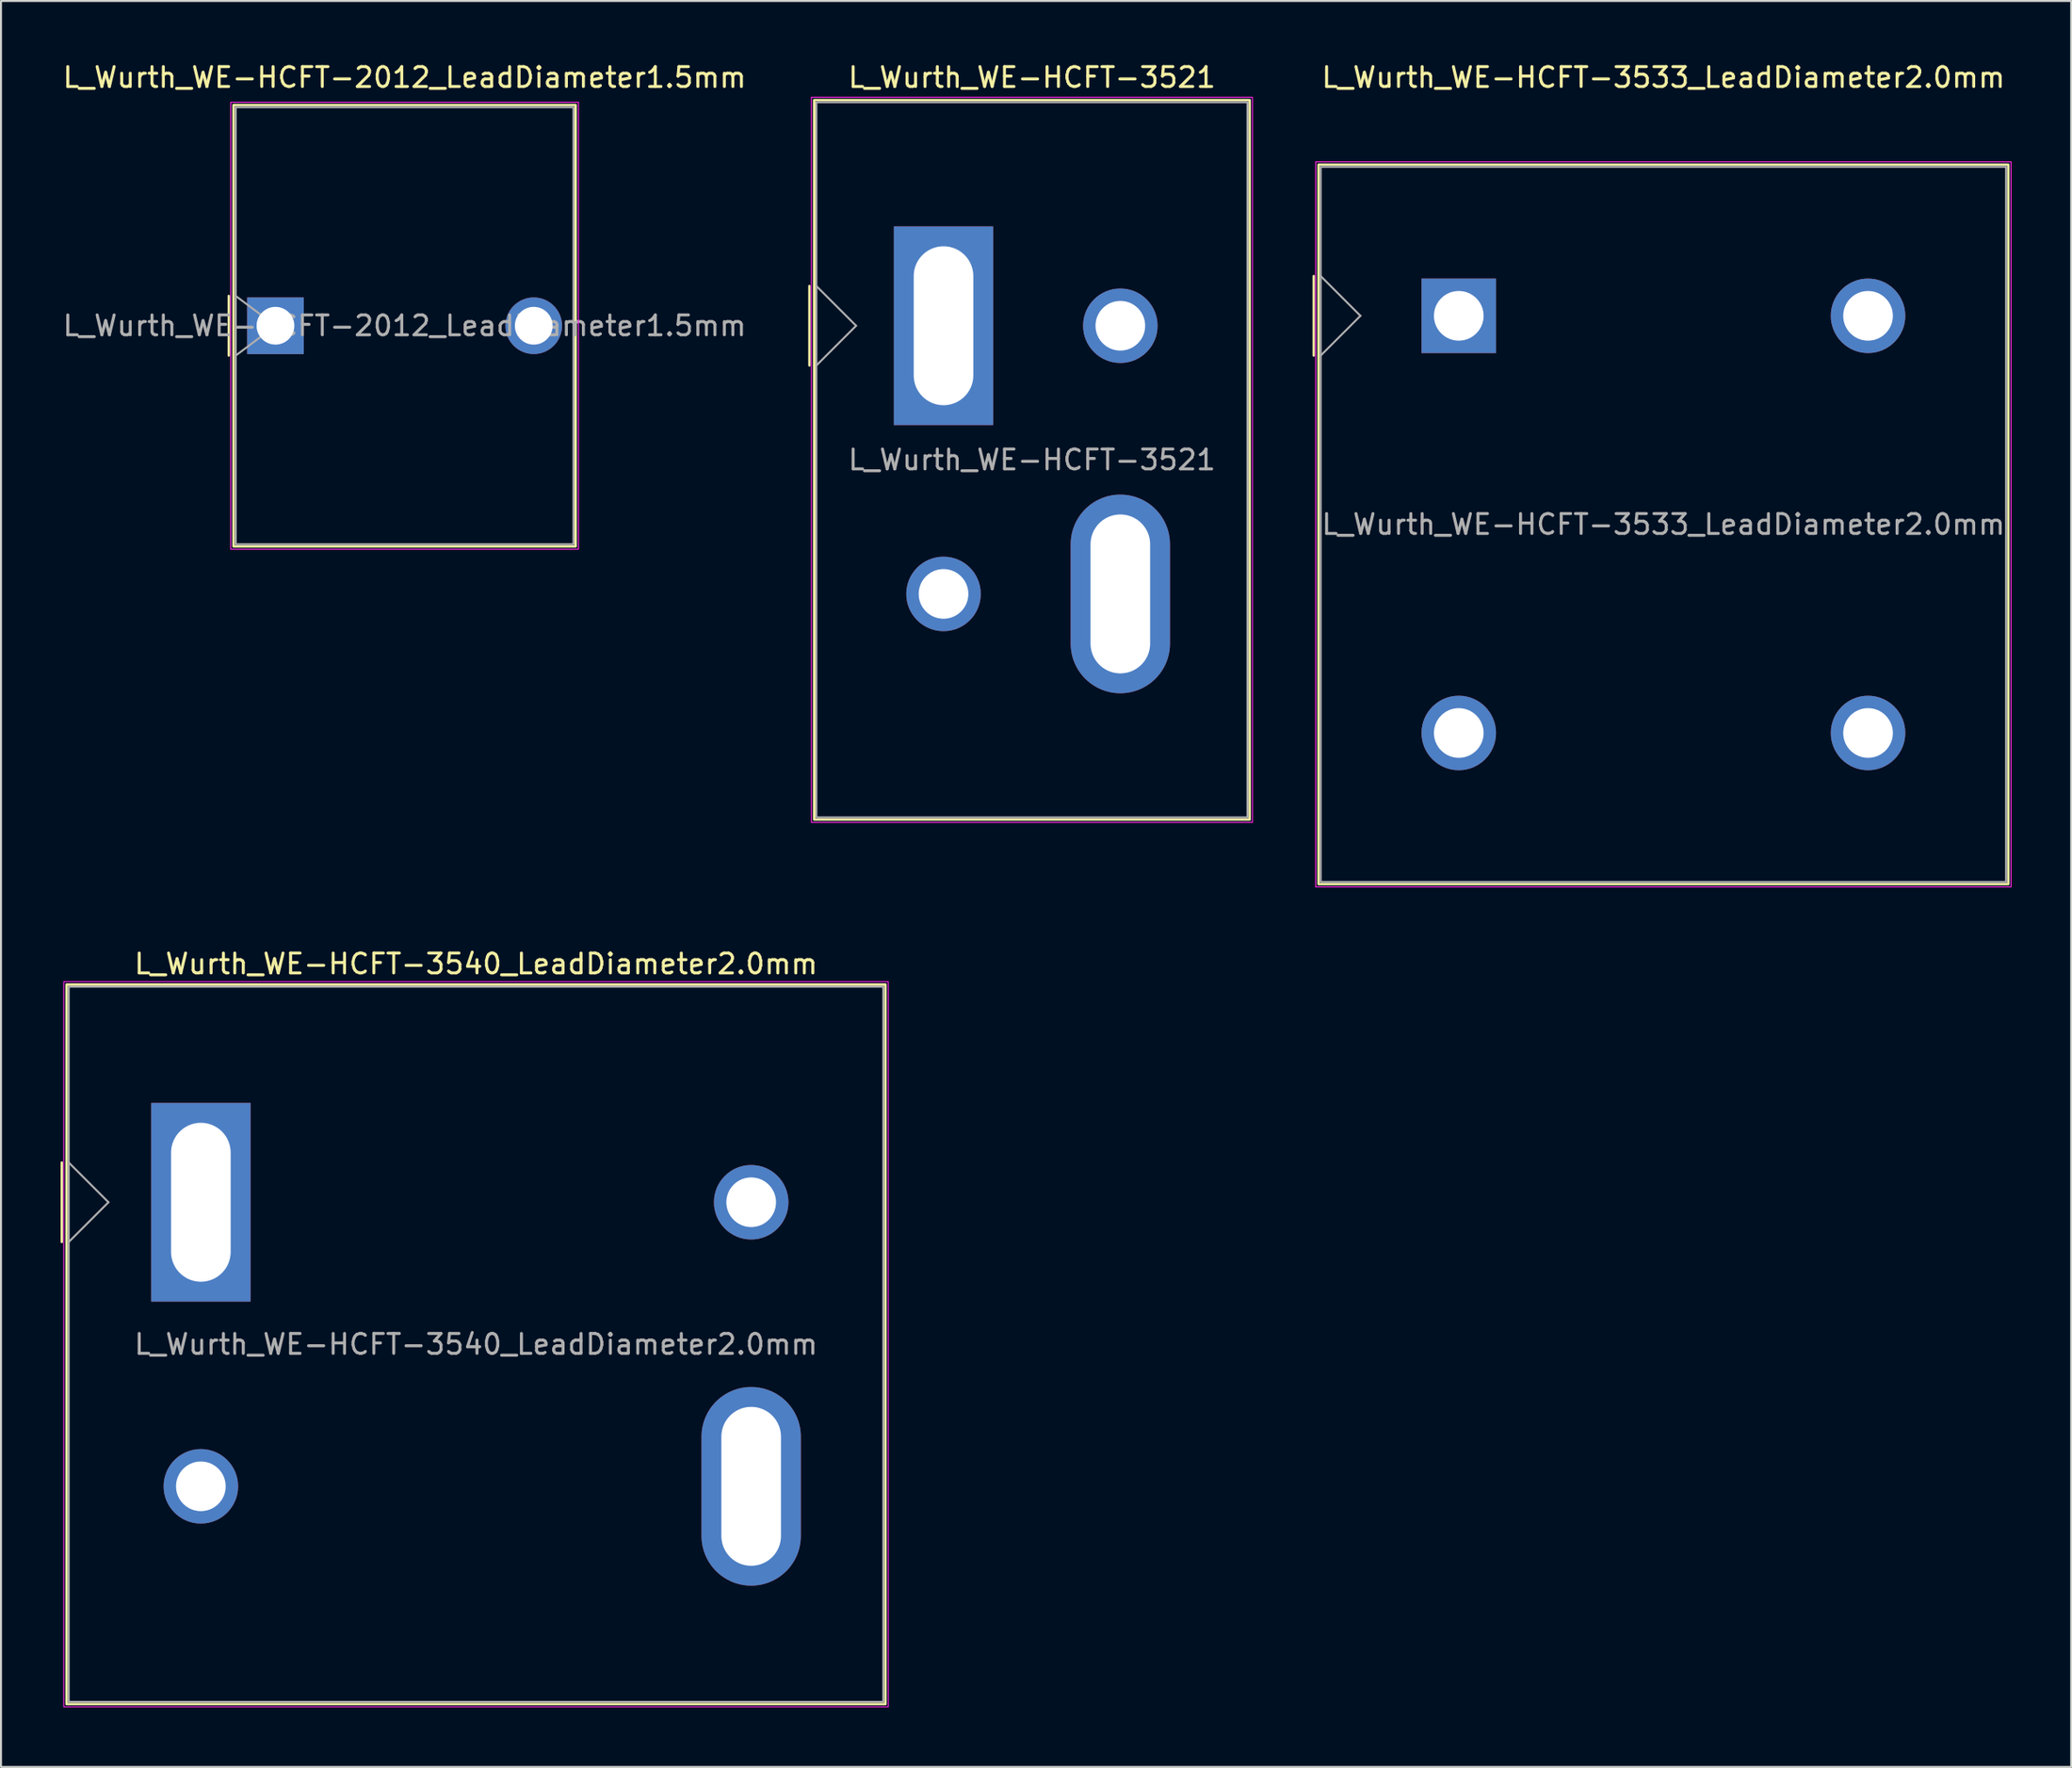
<source format=kicad_pcb>
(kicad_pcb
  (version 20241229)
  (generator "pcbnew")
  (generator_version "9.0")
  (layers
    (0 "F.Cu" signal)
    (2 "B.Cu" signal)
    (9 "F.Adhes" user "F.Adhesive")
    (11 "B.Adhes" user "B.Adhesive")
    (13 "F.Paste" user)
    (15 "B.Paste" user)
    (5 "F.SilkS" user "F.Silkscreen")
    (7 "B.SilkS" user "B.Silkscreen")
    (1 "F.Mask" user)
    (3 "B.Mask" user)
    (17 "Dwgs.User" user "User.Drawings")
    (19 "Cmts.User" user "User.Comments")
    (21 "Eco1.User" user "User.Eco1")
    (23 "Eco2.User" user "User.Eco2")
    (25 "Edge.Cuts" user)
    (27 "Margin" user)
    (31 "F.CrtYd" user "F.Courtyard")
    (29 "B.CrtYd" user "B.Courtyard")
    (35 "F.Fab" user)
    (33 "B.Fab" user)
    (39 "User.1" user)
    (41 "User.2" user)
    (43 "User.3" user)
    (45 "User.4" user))
  (footprint "L_Wurth_WE-HCFT-3533_LeadDiameter2.0mm"
    (layer "F.Cu")
    (at 70.376 12.848)
    (property "Reference" "L_Wurth_WE-HCFT-3533_LeadDiameter2.0mm" (at 10.3 -12 0) (unlocked yes) (layer "F.SilkS") (effects (font (size 1 1) (thickness 0.15))))
    (attr through_hole)
    (fp_line (start -7.3 -2) (end -7.3 2) (stroke (width 0.12) (type solid)) (layer "F.SilkS"))
    (fp_rect (start -7.06 -7.61) (end 27.66 28.61) (stroke (width 0.12) (type solid)) (fill no) (layer "F.SilkS"))
    (fp_rect (start -7.2 -7.75) (end 27.8 28.75) (stroke (width 0.05) (type solid)) (fill no) (layer "F.CrtYd"))
    (fp_line (start -6.95 -2) (end -4.95 0) (stroke (width 0.1) (type solid)) (layer "F.Fab"))
    (fp_line (start -4.95 0) (end -6.95 2) (stroke (width 0.1) (type solid)) (layer "F.Fab"))
    (fp_rect (start -6.95 -7.5) (end 27.55 28.5) (stroke (width 0.1) (type solid)) (fill no) (layer "F.Fab"))
    (fp_text user "${REFERENCE}" (at 10.3 10.5 0) (unlocked yes) (layer "F.Fab") (effects (font (size 1 1) (thickness 0.15))))
    (pad "" thru_hole circle (at 0 21) (size 3.75 3.75) (drill 2.5) (layers "*.Cu" "*.Mask"))
    (pad "" thru_hole circle (at 20.6 0) (size 3.75 3.75) (drill 2.5) (layers "*.Cu" "*.Mask"))
    (pad "1" thru_hole rect (at 0 0) (size 3.75 3.75) (drill 2.5) (layers "*.Cu" "*.Mask"))
    (pad "2" thru_hole circle (at 20.6 21) (size 3.75 3.75) (drill 2.5) (layers "*.Cu" "*.Mask")))
  (footprint "L_Wurth_WE-HCFT-2012_LeadDiameter1.5mm"
    (layer "F.Cu")
    (at 10.815 13.348)
    (property "Reference" "L_Wurth_WE-HCFT-2012_LeadDiameter1.5mm" (at 6.5 -12.5 0) (unlocked yes) (layer "F.SilkS") (effects (font (size 1 1) (thickness 0.15))))
    (attr through_hole)
    (fp_line (start -2.35 1.5) (end -2.35 -1.5) (stroke (width 0.12) (type solid)) (layer "F.SilkS"))
    (fp_rect (start -2.11 -11.11) (end 15.11 11.11) (stroke (width 0.12) (type solid)) (fill no) (layer "F.SilkS"))
    (fp_rect (start -2.25 -11.25) (end 15.25 11.25) (stroke (width 0.05) (type solid)) (fill no) (layer "F.CrtYd"))
    (fp_line (start -2 -1.5) (end 0 0) (stroke (width 0.1) (type solid)) (layer "F.Fab"))
    (fp_line (start 0 0) (end -2 1.5) (stroke (width 0.1) (type solid)) (layer "F.Fab"))
    (fp_rect (start -2 -11) (end 15 11) (stroke (width 0.1) (type solid)) (fill no) (layer "F.Fab"))
    (fp_text user "${REFERENCE}" (at 6.5 0 0) (unlocked yes) (layer "F.Fab") (effects (font (size 1 1) (thickness 0.15))))
    (pad "1" thru_hole rect (at 0 0) (size 2.85 2.85) (drill 1.9) (layers "*.Cu" "*.Mask"))
    (pad "2" thru_hole circle (at 13 0) (size 2.85 2.85) (drill 1.9) (layers "*.Cu" "*.Mask")))
  (footprint "L_Wurth_WE-HCFT-3540_LeadDiameter2.0mm"
    (layer "F.Cu")
    (at 7.06 57.471)
    (property "Reference" "L_Wurth_WE-HCFT-3540_LeadDiameter2.0mm" (at 13.85 -12 0) (unlocked yes) (layer "F.SilkS") (effects (font (size 1 1) (thickness 0.15))))
    (attr through_hole)
    (fp_line (start -7 2) (end -7 -2) (stroke (width 0.12) (type solid)) (layer "F.SilkS"))
    (fp_rect (start -6.76 -10.96) (end 34.46 25.26) (stroke (width 0.12) (type solid)) (fill no) (layer "F.SilkS"))
    (fp_rect (start -6.9 -11.1) (end 34.6 25.4) (stroke (width 0.05) (type solid)) (fill no) (layer "F.CrtYd"))
    (fp_line (start -6.65 -2) (end -4.65 0) (stroke (width 0.1) (type solid)) (layer "F.Fab"))
    (fp_line (start -4.65 0) (end -6.65 2) (stroke (width 0.1) (type solid)) (layer "F.Fab"))
    (fp_rect (start -6.65 -10.85) (end 34.35 25.15) (stroke (width 0.1) (type solid)) (fill no) (layer "F.Fab"))
    (fp_text user "${REFERENCE}" (at 13.85 7.15 0) (unlocked yes) (layer "F.Fab") (effects (font (size 1 1) (thickness 0.15))))
    (pad "" thru_hole circle (at 0 14.3) (size 3.75 3.75) (drill 2.5) (layers "*.Cu" "*.Mask"))
    (pad "" thru_hole circle (at 27.7 0) (size 3.75 3.75) (drill 2.5) (layers "*.Cu" "*.Mask"))
    (pad "1" thru_hole rect (at 0 0) (size 5 10) (drill oval 3 8) (layers "*.Cu" "*.Mask"))
    (pad "2" thru_hole oval (at 27.7 14.3) (size 5 10) (drill oval 3 8) (layers "*.Cu" "*.Mask")))
  (footprint "L_Wurth_WE-HCFT-3521"
    (layer "F.Cu")
    (at 44.441 13.348)
    (property "Reference" "L_Wurth_WE-HCFT-3521" (at 4.45 -12.5 0) (unlocked yes) (layer "F.SilkS") (effects (font (size 1 1) (thickness 0.15))))
    (attr through_hole)
    (fp_line (start -6.75 -2) (end -6.75 2) (stroke (width 0.12) (type solid)) (layer "F.SilkS"))
    (fp_rect (start -6.51 -11.36) (end 15.41 24.86) (stroke (width 0.12) (type solid)) (fill no) (layer "F.SilkS"))
    (fp_rect (start -6.65 -11.5) (end 15.55 25) (stroke (width 0.05) (type solid)) (fill no) (layer "F.CrtYd"))
    (fp_line (start -6.4 -2) (end -4.4 0) (stroke (width 0.1) (type solid)) (layer "F.Fab"))
    (fp_line (start -4.4 0) (end -6.4 2) (stroke (width 0.1) (type solid)) (layer "F.Fab"))
    (fp_rect (start -6.4 -11.25) (end 15.3 24.75) (stroke (width 0.1) (type solid)) (fill no) (layer "F.Fab"))
    (fp_text user "${REFERENCE}" (at 4.45 6.75 0) (unlocked yes) (layer "F.Fab") (effects (font (size 1 1) (thickness 0.15))))
    (pad "" thru_hole circle (at 0 13.5) (size 3.75 3.75) (drill 2.5) (layers "*.Cu" "*.Mask"))
    (pad "" thru_hole circle (at 8.9 0) (size 3.75 3.75) (drill 2.5) (layers "*.Cu" "*.Mask"))
    (pad "1" thru_hole rect (at 0 0) (size 5 10) (drill oval 3 8) (layers "*.Cu" "*.Mask"))
    (pad "2" thru_hole oval (at 8.9 13.5) (size 5 10) (drill oval 3 8) (layers "*.Cu" "*.Mask")))
  (gr_rect
    (start -3 -3)
    (end 101.201 85.897)
    (stroke (width 0.1) (type default))
    (fill no)
    (layer "Edge.Cuts")))
</source>
